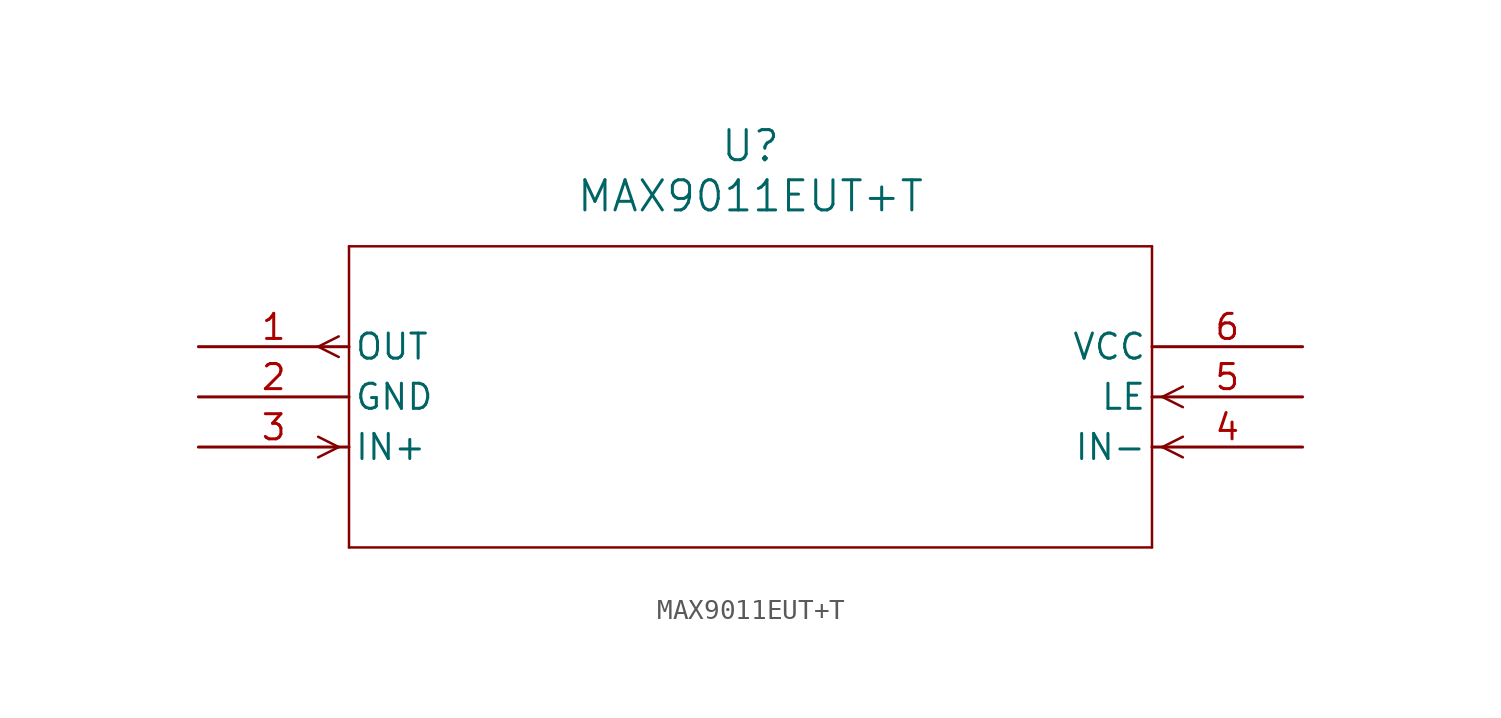
<source format=kicad_sym>
(kicad_symbol_lib
  (version 20211014)
  (generator kicad_symbol_editor)
  (symbol "MAX9011EUT+T"
    (pin_names
      (offset 0.254))
    (property "Reference" "U"
      (at 27.94 10.16 0)
      (effects (font (size 1.524 1.524))))
    (property "Value" "MAX9011EUT+T"
      (at 27.94 7.62 0)
      (effects (font (size 1.524 1.524))))
    (symbol "MAX9011EUT+T_0_1"
      (polyline (pts (xy 7.099 0.521) (xy 6.058 0)) (stroke (width 0.127) (type default) (color 0 0 0 0)) (fill (type none)))
      (polyline (pts (xy 7.099 -0.521) (xy 6.058 0)) (stroke (width 0.127) (type default) (color 0 0 0 0)) (fill (type none)))
      (polyline (pts (xy 7.099 -5.08) (xy 6.058 -4.559)) (stroke (width 0.127) (type default) (color 0 0 0 0)) (fill (type none)))
      (polyline (pts (xy 7.099 -5.08) (xy 6.058 -5.601)) (stroke (width 0.127) (type default) (color 0 0 0 0)) (fill (type none)))
      (polyline (pts (xy 48.781 -5.08) (xy 49.822 -4.559)) (stroke (width 0.127) (type default) (color 0 0 0 0)) (fill (type none)))
      (polyline (pts (xy 48.781 -5.08) (xy 49.822 -5.601)) (stroke (width 0.127) (type default) (color 0 0 0 0)) (fill (type none)))
      (polyline (pts (xy 48.781 -2.54) (xy 49.822 -2.019)) (stroke (width 0.127) (type default) (color 0 0 0 0)) (fill (type none)))
      (polyline (pts (xy 48.781 -2.54) (xy 49.822 -3.061)) (stroke (width 0.127) (type default) (color 0 0 0 0)) (fill (type none)))
      (polyline (pts (xy 7.62 5.08) (xy 7.62 -10.16)) (stroke (width 0.127) (type default) (color 0 0 0 0)) (fill (type none)))
      (polyline (pts (xy 7.62 -10.16) (xy 48.26 -10.16)) (stroke (width 0.127) (type default) (color 0 0 0 0)) (fill (type none)))
      (polyline (pts (xy 48.26 -10.16) (xy 48.26 5.08)) (stroke (width 0.127) (type default) (color 0 0 0 0)) (fill (type none)))
      (polyline (pts (xy 48.26 5.08) (xy 7.62 5.08)) (stroke (width 0.127) (type default) (color 0 0 0 0)) (fill (type none)))
      (pin output line (at 0 0 0) (length 7.62) (name "OUT" (effects (font (size 1.27 1.27)))) (number "1" (effects (font (size 1.27 1.27)))))
      (pin power_in line (at 0 -2.54 0) (length 7.62) (name "GND" (effects (font (size 1.27 1.27)))) (number "2" (effects (font (size 1.27 1.27)))))
      (pin input line (at 0 -5.08 0) (length 7.62) (name "IN+" (effects (font (size 1.27 1.27)))) (number "3" (effects (font (size 1.27 1.27)))))
      (pin input line (at 55.88 -5.08 180) (length 7.62) (name "IN-" (effects (font (size 1.27 1.27)))) (number "4" (effects (font (size 1.27 1.27)))))
      (pin input line (at 55.88 -2.54 180) (length 7.62) (name "LE" (effects (font (size 1.27 1.27)))) (number "5" (effects (font (size 1.27 1.27)))))
      (pin power_in line (at 55.88 0 180) (length 7.62) (name "VCC" (effects (font (size 1.27 1.27)))) (number "6" (effects (font (size 1.27 1.27))))))))
</source>
